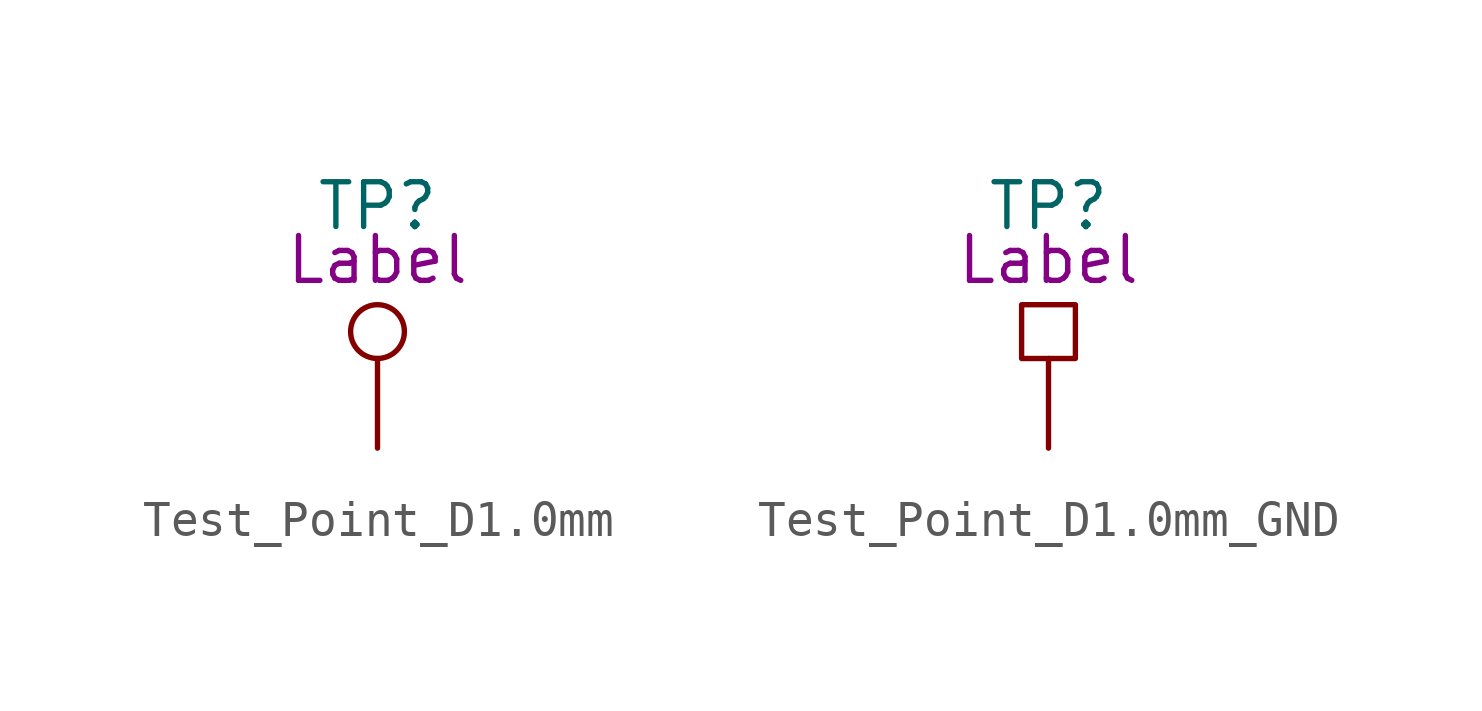
<source format=kicad_sym>
(kicad_symbol_lib
  (version 20241209)
  (generator "kicad_symbol_editor")
  (generator_version "9.0")
  (symbol "Test_Point_D1.0mm"
    (pin_numbers
      (hide yes))
    (pin_names
      (offset 0.762)
      (hide yes))
    (property "Reference" "TP"
      (at 0 6.858 0)
      (effects (font (size 1.27 1.27))))
    (property "Label" "Label"
      (at 0 5.334 0)
      (effects (font (size 1.27 1.27))))
    (symbol "Test_Point_D1.0mm_0_1"
      (circle (center 0 3.302) (radius 0.762) (stroke (width 0) (type default)) (fill (type none))))
    (symbol "Test_Point_D1.0mm_1_1"
      (pin passive line (at 0 0 90) (length 2.54) (name "1" (effects (font (size 1.27 1.27)))) (number "1" (effects (font (size 1.27 1.27)))))))
  (symbol "Test_Point_D1.0mm_GND"
    (pin_numbers
      (hide yes))
    (pin_names
      (offset 0.762)
      (hide yes))
    (property "Reference" "TP"
      (at 0 6.858 0)
      (effects (font (size 1.27 1.27))))
    (property "Label" "Label"
      (at 0 5.334 0)
      (effects (font (size 1.27 1.27))))
    (symbol "Test_Point_D1.0mm_GND_0_1"
      (rectangle (start -0.762 4.064) (end 0.762 2.54) (stroke (width 0) (type default)) (fill (type none))))
    (symbol "Test_Point_D1.0mm_GND_1_1"
      (pin passive line (at 0 0 90) (length 2.54) (name "1" (effects (font (size 1.27 1.27)))) (number "1" (effects (font (size 1.27 1.27))))))))
</source>
